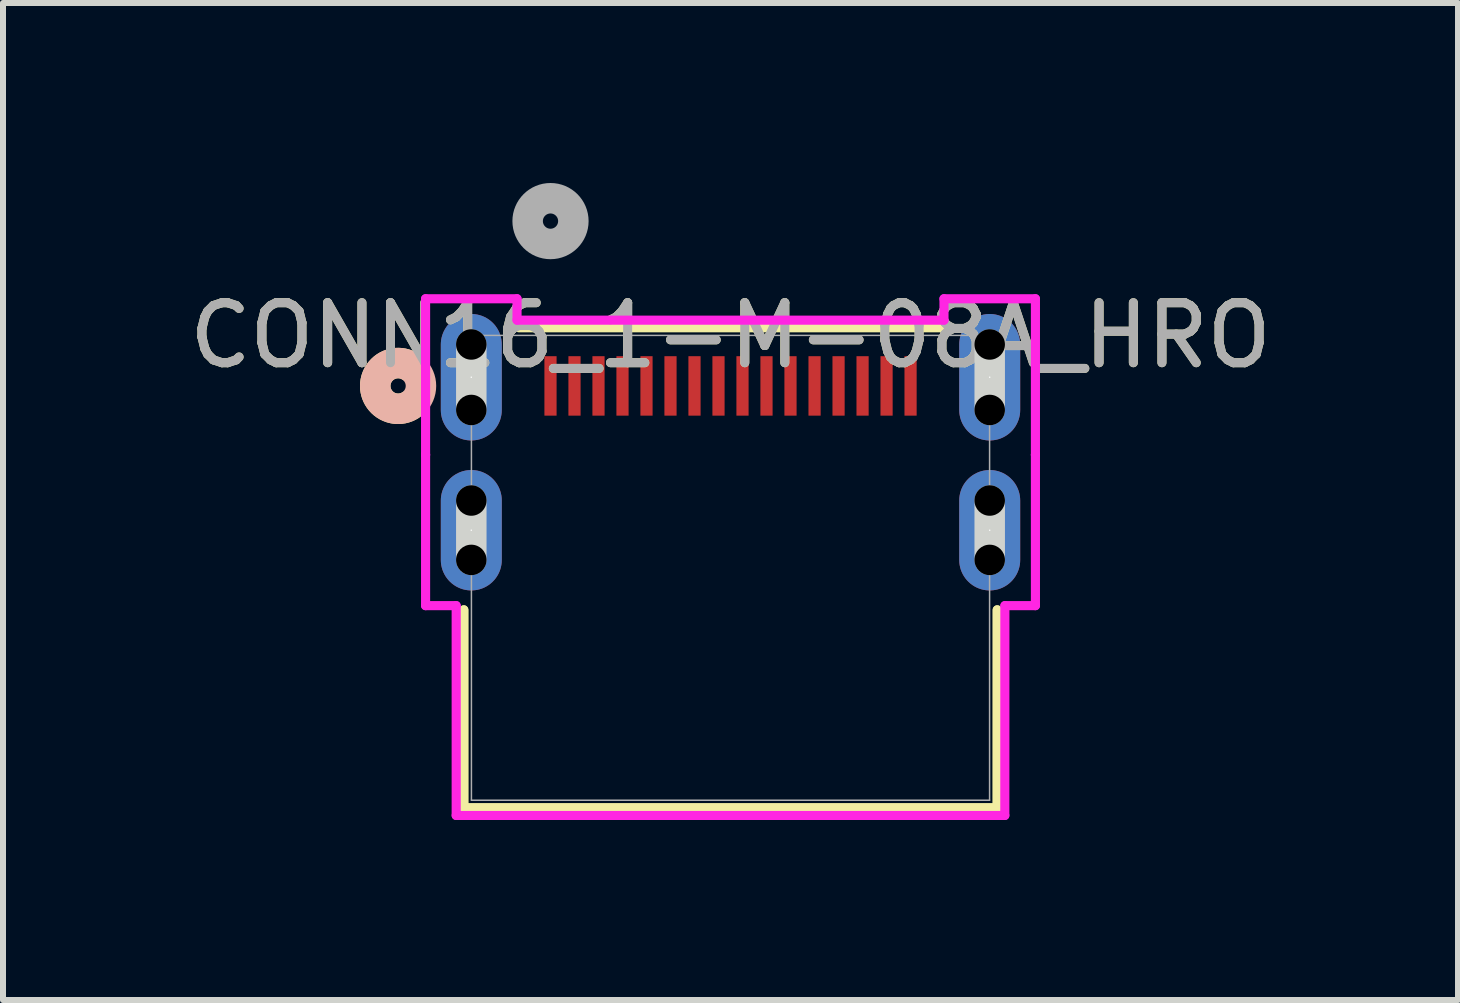
<source format=kicad_pcb>
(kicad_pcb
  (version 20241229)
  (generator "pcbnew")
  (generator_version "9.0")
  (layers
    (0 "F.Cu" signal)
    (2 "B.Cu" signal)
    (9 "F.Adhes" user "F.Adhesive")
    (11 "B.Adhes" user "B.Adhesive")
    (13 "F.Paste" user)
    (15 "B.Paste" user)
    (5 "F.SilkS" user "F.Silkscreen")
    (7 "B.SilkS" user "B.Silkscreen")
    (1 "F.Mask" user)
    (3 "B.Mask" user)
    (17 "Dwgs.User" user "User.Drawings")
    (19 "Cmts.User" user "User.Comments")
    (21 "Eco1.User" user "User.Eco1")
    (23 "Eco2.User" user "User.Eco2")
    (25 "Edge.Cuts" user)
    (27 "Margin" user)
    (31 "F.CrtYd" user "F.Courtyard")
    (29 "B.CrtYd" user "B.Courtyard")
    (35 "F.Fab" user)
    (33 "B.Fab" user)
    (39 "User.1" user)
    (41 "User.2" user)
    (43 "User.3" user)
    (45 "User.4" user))
  (footprint "CONN16_1-M-08A_HRO"
    (layer "F.Cu")
    (at 6.125 3.382)
    (property "Reference" "CONN16_1-M-08A_HRO" (at 3 -0.842 0) (unlocked yes) (layer "F.SilkS") (effects (font (size 1 1) (thickness 0.15))))
    (attr smd)
    (fp_line (start -1.445 3.732) (end -1.445 7.032) (stroke (width 0.152) (type solid)) (layer "F.SilkS"))
    (fp_line (start -1.445 7.032) (end -1.445 3.732) (stroke (width 0.152) (type solid)) (layer "F.SilkS"))
    (fp_line (start -1.445 7.032) (end 7.445 7.032) (stroke (width 0.152) (type solid)) (layer "F.SilkS"))
    (fp_line (start -0.526 -0.969) (end 6.527 -0.969) (stroke (width 0.152) (type solid)) (layer "F.SilkS"))
    (fp_line (start 7.445 7.032) (end -1.445 7.032) (stroke (width 0.152) (type solid)) (layer "F.SilkS"))
    (fp_line (start 7.445 7.032) (end 7.445 3.732) (stroke (width 0.152) (type solid)) (layer "F.SilkS"))
    (fp_line (start 7.446 3.732) (end 7.445 7.032) (stroke (width 0.152) (type solid)) (layer "F.SilkS"))
    (fp_arc (start -2.338197 0.323166) (mid -2.921 0) (end -2.338197 -0.323166) (stroke (width 0.508) (type solid)) (layer "F.SilkS"))
    (fp_circle (center -2.54 0) (end -2.159 0) (stroke (width 0.508) (type solid)) (fill no) (layer "B.SilkS"))
    (fp_line (start -1.32 0.401) (end -1.32 -0.691) (stroke (width 0.508) (type solid)) (layer "Edge.Cuts"))
    (fp_line (start -1.32 2.9) (end -1.32 1.91) (stroke (width 0.508) (type solid)) (layer "Edge.Cuts"))
    (fp_line (start 7.32 2.9) (end 7.32 1.91) (stroke (width 0.508) (type solid)) (layer "Edge.Cuts"))
    (fp_line (start 7.32 0.401) (end 7.32 -0.691) (stroke (width 0.508) (type solid)) (layer "Edge.Cuts"))
    (fp_line (start -2.082 -1.453) (end -2.082 1.148) (stroke (width 0.152) (type solid)) (layer "F.CrtYd"))
    (fp_line (start -2.082 1.148) (end -2.082 1.148) (stroke (width 0.152) (type solid)) (layer "F.CrtYd"))
    (fp_line (start -2.082 1.148) (end -2.082 3.662) (stroke (width 0.152) (type solid)) (layer "F.CrtYd"))
    (fp_line (start -2.082 3.662) (end -1.572 3.662) (stroke (width 0.152) (type solid)) (layer "F.CrtYd"))
    (fp_line (start -1.572 3.662) (end -1.572 7.159) (stroke (width 0.152) (type solid)) (layer "F.CrtYd"))
    (fp_line (start -1.572 7.159) (end 7.572 7.159) (stroke (width 0.152) (type solid)) (layer "F.CrtYd"))
    (fp_line (start -0.558 -1.453) (end -2.082 -1.453) (stroke (width 0.152) (type solid)) (layer "F.CrtYd"))
    (fp_line (start -0.558 -1.096) (end -0.558 -1.453) (stroke (width 0.152) (type solid)) (layer "F.CrtYd"))
    (fp_line (start 6.558 -1.453) (end 6.558 -1.096) (stroke (width 0.152) (type solid)) (layer "F.CrtYd"))
    (fp_line (start 6.558 -1.096) (end -0.558 -1.096) (stroke (width 0.152) (type solid)) (layer "F.CrtYd"))
    (fp_line (start 7.572 7.159) (end 7.573 3.662) (stroke (width 0.152) (type solid)) (layer "F.CrtYd"))
    (fp_line (start 7.573 3.662) (end 8.082 3.662) (stroke (width 0.152) (type solid)) (layer "F.CrtYd"))
    (fp_line (start 8.082 1.148) (end 8.082 1.148) (stroke (width 0.152) (type solid)) (layer "F.CrtYd"))
    (fp_line (start 8.082 3.662) (end 8.082 1.148) (stroke (width 0.152) (type solid)) (layer "F.CrtYd"))
    (fp_line (start 8.082 -1.453) (end 6.558 -1.453) (stroke (width 0.152) (type solid)) (layer "F.CrtYd"))
    (fp_line (start 8.082 1.148) (end 8.082 -1.453) (stroke (width 0.152) (type solid)) (layer "F.CrtYd"))
    (fp_line (start -1.318 -0.842) (end -1.318 6.905) (stroke (width 0.025) (type solid)) (layer "F.Fab"))
    (fp_line (start -1.318 6.905) (end 7.318 6.905) (stroke (width 0.025) (type solid)) (layer "F.Fab"))
    (fp_line (start 7.318 -0.842) (end -1.318 -0.842) (stroke (width 0.025) (type solid)) (layer "F.Fab"))
    (fp_line (start 7.318 6.905) (end 7.318 -0.842) (stroke (width 0.025) (type solid)) (layer "F.Fab"))
    (fp_circle (center 0 -2.747) (end 0.381 -2.747) (stroke (width 0.508) (type solid)) (fill no) (layer "F.Fab"))
    (fp_text user "${REFERENCE}" (at 3 -0.842 0) (unlocked yes) (layer "F.Fab") (effects (font (size 1 1) (thickness 0.15))))
    (pad "" np_thru_hole circle (at -1.32 -0.691) (size 0.508 0.508) (drill 0.508) (layers))
    (pad "" np_thru_hole circle (at -1.32 0.401) (size 0.508 0.508) (drill 0.508) (layers))
    (pad "" np_thru_hole circle (at -1.32 1.91) (size 0.508 0.508) (drill 0.508) (layers))
    (pad "" np_thru_hole circle (at -1.32 2.9) (size 0.508 0.508) (drill 0.508) (layers))
    (pad "" np_thru_hole circle (at 7.32 1.91) (size 0.508 0.508) (drill 0.508) (layers))
    (pad "" np_thru_hole circle (at 7.32 2.9) (size 0.508 0.508) (drill 0.508) (layers))
    (pad "" np_thru_hole circle (at 7.32 -0.691) (size 0.508 0.508) (drill 0.508) (layers))
    (pad "" np_thru_hole circle (at 7.32 0.401) (size 0.508 0.508) (drill 0.508) (layers))
    (pad "18" thru_hole oval (at -1.32 -0.145 90) (size 2.108 1.016) (drill 0.025) (layers "*.Cu" "*.Mask"))
    (pad "20" thru_hole oval (at 7.32 -0.145 90) (size 2.108 1.016) (drill 0.025) (layers "*.Cu" "*.Mask"))
    (pad "23" thru_hole oval (at -1.32 2.405 90) (size 2.007 1.016) (drill 0.025) (layers "*.Cu" "*.Mask"))
    (pad "26" thru_hole oval (at 7.32 2.405 90) (size 2.007 1.016) (drill 0.025) (layers "*.Cu" "*.Mask"))
    (pad "A1" smd rect (at 0 0) (size 0.203 0.991) (layers "F.Cu" "F.Mask" "F.Paste"))
    (pad "A4" smd rect (at 0.8 0) (size 0.203 0.991) (layers "F.Cu" "F.Mask" "F.Paste"))
    (pad "A5" smd rect (at 2 0) (size 0.203 0.991) (layers "F.Cu" "F.Mask" "F.Paste"))
    (pad "A6" smd rect (at 2.8 0) (size 0.203 0.991) (layers "F.Cu" "F.Mask" "F.Paste"))
    (pad "A7" smd rect (at 3.2 0) (size 0.203 0.991) (layers "F.Cu" "F.Mask" "F.Paste"))
    (pad "A8" smd rect (at 4 0) (size 0.203 0.991) (layers "F.Cu" "F.Mask" "F.Paste"))
    (pad "A9" smd rect (at 5.201 0) (size 0.203 0.991) (layers "F.Cu" "F.Mask" "F.Paste"))
    (pad "A12" smd rect (at 6.001 0) (size 0.203 0.991) (layers "F.Cu" "F.Mask" "F.Paste"))
    (pad "B1" smd rect (at 5.601 0) (size 0.203 0.991) (layers "F.Cu" "F.Mask" "F.Paste"))
    (pad "B4" smd rect (at 4.801 0) (size 0.203 0.991) (layers "F.Cu" "F.Mask" "F.Paste"))
    (pad "B5" smd rect (at 4.401 0) (size 0.203 0.991) (layers "F.Cu" "F.Mask" "F.Paste"))
    (pad "B6" smd rect (at 3.6 0) (size 0.203 0.991) (layers "F.Cu" "F.Mask" "F.Paste"))
    (pad "B7" smd rect (at 2.4 0) (size 0.203 0.991) (layers "F.Cu" "F.Mask" "F.Paste"))
    (pad "B8" smd rect (at 1.6 0) (size 0.203 0.991) (layers "F.Cu" "F.Mask" "F.Paste"))
    (pad "B9" smd rect (at 1.2 0) (size 0.203 0.991) (layers "F.Cu" "F.Mask" "F.Paste"))
    (pad "B12" smd rect (at 0.4 0) (size 0.203 0.991) (layers "F.Cu" "F.Mask" "F.Paste")))
  (gr_rect
    (start -3 -3)
    (end 21.25 13.617)
    (stroke (width 0.1) (type default))
    (fill no)
    (layer "Edge.Cuts")))
</source>
